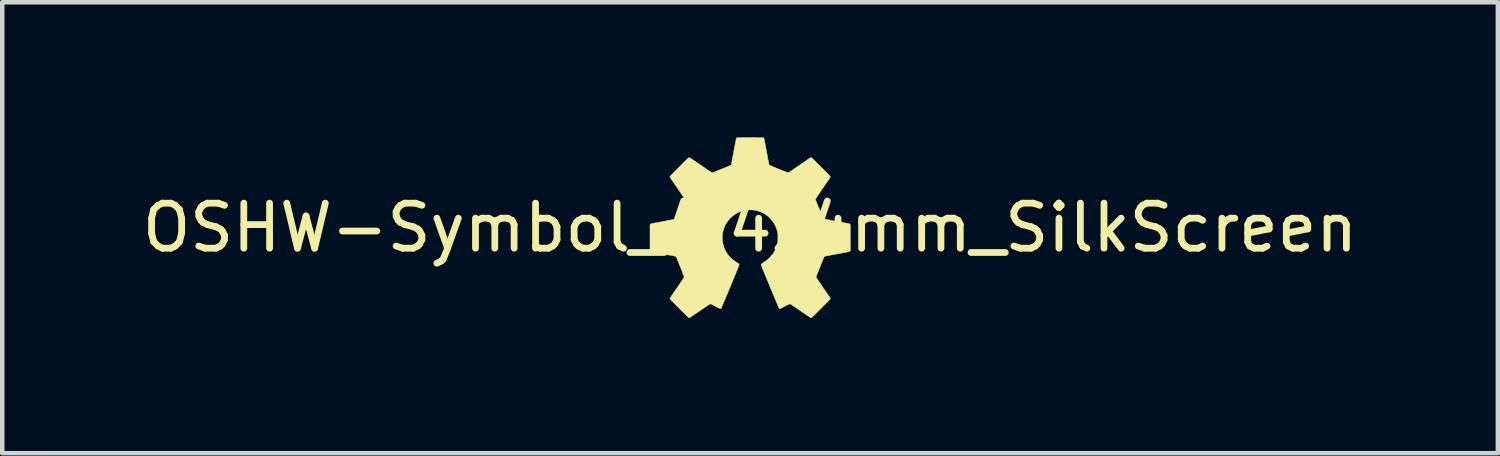
<source format=kicad_pcb>
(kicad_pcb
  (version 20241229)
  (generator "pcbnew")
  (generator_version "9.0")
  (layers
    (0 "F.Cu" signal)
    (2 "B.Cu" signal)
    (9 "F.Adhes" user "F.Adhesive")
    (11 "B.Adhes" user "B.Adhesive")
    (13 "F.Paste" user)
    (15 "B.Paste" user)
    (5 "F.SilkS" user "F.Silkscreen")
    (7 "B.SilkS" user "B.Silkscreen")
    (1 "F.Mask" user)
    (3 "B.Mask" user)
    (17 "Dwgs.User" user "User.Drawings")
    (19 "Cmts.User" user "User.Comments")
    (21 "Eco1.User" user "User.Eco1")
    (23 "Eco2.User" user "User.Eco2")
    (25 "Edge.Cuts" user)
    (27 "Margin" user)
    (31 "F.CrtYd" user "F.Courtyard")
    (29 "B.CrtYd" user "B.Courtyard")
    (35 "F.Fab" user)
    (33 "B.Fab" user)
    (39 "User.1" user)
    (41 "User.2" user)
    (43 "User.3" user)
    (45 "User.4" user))
  (footprint "OSHW-Symbol_4.4x4mm_SilkScreen"
    (layer "F.Cu")
    (at 13.601 2.005)
    (property "Reference" "OSHW-Symbol_4.4x4mm_SilkScreen" (at 0 0 0) (layer "F.SilkS") (effects (font (size 1 1) (thickness 0.15))))
    (attr exclude_from_pos_files exclude_from_bom)
    (fp_poly (pts (xy 0.051 -2) (xy 0.09 -2) (xy 0.128 -2) (xy 0.164 -1.999) (xy 0.197 -1.999) (xy 0.226 -1.999) (xy 0.252 -1.998) (xy 0.272 -1.998) (xy 0.287 -1.997) (xy 0.296 -1.997) (xy 0.298 -1.996) (xy 0.305 -1.99) (xy 0.308 -1.986) (xy 0.309 -1.982) (xy 0.312 -1.97) (xy 0.315 -1.953) (xy 0.32 -1.931) (xy 0.325 -1.903) (xy 0.331 -1.871) (xy 0.338 -1.835) (xy 0.346 -1.796) (xy 0.353 -1.755) (xy 0.362 -1.711) (xy 0.365 -1.695) (xy 0.373 -1.65) (xy 0.381 -1.608) (xy 0.388 -1.568) (xy 0.395 -1.531) (xy 0.402 -1.498) (xy 0.407 -1.468) (xy 0.412 -1.444) (xy 0.415 -1.425) (xy 0.418 -1.412) (xy 0.419 -1.405) (xy 0.419 -1.404) (xy 0.423 -1.398) (xy 0.429 -1.391) (xy 0.435 -1.388) (xy 0.446 -1.382) (xy 0.463 -1.375) (xy 0.484 -1.365) (xy 0.509 -1.354) (xy 0.537 -1.343) (xy 0.567 -1.33) (xy 0.599 -1.317) (xy 0.632 -1.303) (xy 0.665 -1.29) (xy 0.697 -1.277) (xy 0.728 -1.265) (xy 0.756 -1.254) (xy 0.782 -1.244) (xy 0.805 -1.235) (xy 0.822 -1.229) (xy 0.835 -1.224) (xy 0.842 -1.222) (xy 0.843 -1.222) (xy 0.854 -1.224) (xy 0.866 -1.229) (xy 0.878 -1.237) (xy 0.885 -1.242) (xy 0.897 -1.25) (xy 0.914 -1.262) (xy 0.935 -1.276) (xy 0.96 -1.293) (xy 0.986 -1.311) (xy 1.015 -1.331) (xy 1.038 -1.347) (xy 1.07 -1.369) (xy 1.104 -1.392) (xy 1.138 -1.415) (xy 1.171 -1.438) (xy 1.202 -1.459) (xy 1.23 -1.478) (xy 1.253 -1.494) (xy 1.261 -1.5) (xy 1.288 -1.518) (xy 1.31 -1.532) (xy 1.326 -1.543) (xy 1.339 -1.551) (xy 1.348 -1.555) (xy 1.354 -1.557) (xy 1.355 -1.557) (xy 1.358 -1.557) (xy 1.361 -1.555) (xy 1.366 -1.552) (xy 1.372 -1.547) (xy 1.38 -1.54) (xy 1.39 -1.531) (xy 1.403 -1.519) (xy 1.419 -1.504) (xy 1.438 -1.485) (xy 1.46 -1.463) (xy 1.487 -1.437) (xy 1.517 -1.406) (xy 1.553 -1.371) (xy 1.572 -1.351) (xy 1.615 -1.309) (xy 1.652 -1.271) (xy 1.684 -1.238) (xy 1.712 -1.21) (xy 1.735 -1.187) (xy 1.753 -1.168) (xy 1.766 -1.153) (xy 1.775 -1.143) (xy 1.78 -1.137) (xy 1.78 -1.136) (xy 1.781 -1.125) (xy 1.779 -1.118) (xy 1.776 -1.114) (xy 1.77 -1.105) (xy 1.76 -1.09) (xy 1.747 -1.071) (xy 1.731 -1.048) (xy 1.713 -1.021) (xy 1.692 -0.991) (xy 1.67 -0.958) (xy 1.646 -0.923) (xy 1.621 -0.886) (xy 1.615 -0.878) (xy 1.585 -0.834) (xy 1.558 -0.796) (xy 1.536 -0.762) (xy 1.516 -0.734) (xy 1.5 -0.71) (xy 1.487 -0.69) (xy 1.476 -0.673) (xy 1.468 -0.66) (xy 1.462 -0.65) (xy 1.458 -0.642) (xy 1.455 -0.636) (xy 1.453 -0.632) (xy 1.453 -0.63) (xy 1.453 -0.626) (xy 1.454 -0.621) (xy 1.456 -0.614) (xy 1.459 -0.605) (xy 1.463 -0.593) (xy 1.469 -0.577) (xy 1.477 -0.558) (xy 1.487 -0.535) (xy 1.499 -0.506) (xy 1.513 -0.472) (xy 1.53 -0.433) (xy 1.54 -0.41) (xy 1.56 -0.363) (xy 1.578 -0.323) (xy 1.593 -0.289) (xy 1.606 -0.26) (xy 1.616 -0.238) (xy 1.625 -0.221) (xy 1.631 -0.208) (xy 1.635 -0.201) (xy 1.637 -0.199) (xy 1.643 -0.197) (xy 1.653 -0.193) (xy 1.67 -0.189) (xy 1.692 -0.185) (xy 1.721 -0.179) (xy 1.757 -0.172) (xy 1.799 -0.164) (xy 1.813 -0.161) (xy 1.875 -0.15) (xy 1.929 -0.14) (xy 1.978 -0.131) (xy 2.02 -0.123) (xy 2.057 -0.116) (xy 2.089 -0.11) (xy 2.116 -0.105) (xy 2.139 -0.1) (xy 2.158 -0.096) (xy 2.173 -0.093) (xy 2.185 -0.091) (xy 2.195 -0.088) (xy 2.202 -0.087) (xy 2.207 -0.085) (xy 2.21 -0.084) (xy 2.213 -0.082) (xy 2.214 -0.081) (xy 2.215 -0.08) (xy 2.217 -0.078) (xy 2.217 -0.078) (xy 2.225 -0.069) (xy 2.225 0.512) (xy 2.215 0.522) (xy 2.213 0.524) (xy 2.21 0.526) (xy 2.206 0.528) (xy 2.2 0.53) (xy 2.193 0.532) (xy 2.182 0.534) (xy 2.169 0.537) (xy 2.151 0.541) (xy 2.13 0.545) (xy 2.104 0.55) (xy 2.073 0.556) (xy 2.036 0.563) (xy 1.993 0.571) (xy 1.944 0.58) (xy 1.942 0.58) (xy 1.899 0.588) (xy 1.857 0.596) (xy 1.818 0.603) (xy 1.783 0.61) (xy 1.75 0.616) (xy 1.722 0.622) (xy 1.699 0.626) (xy 1.681 0.63) (xy 1.669 0.632) (xy 1.664 0.634) (xy 1.653 0.639) (xy 1.645 0.645) (xy 1.643 0.647) (xy 1.641 0.652) (xy 1.636 0.663) (xy 1.63 0.679) (xy 1.621 0.701) (xy 1.61 0.726) (xy 1.598 0.756) (xy 1.585 0.789) (xy 1.571 0.824) (xy 1.556 0.861) (xy 1.552 0.872) (xy 1.534 0.915) (xy 1.519 0.953) (xy 1.507 0.984) (xy 1.496 1.011) (xy 1.488 1.033) (xy 1.481 1.05) (xy 1.476 1.064) (xy 1.473 1.075) (xy 1.47 1.083) (xy 1.469 1.089) (xy 1.468 1.094) (xy 1.468 1.098) (xy 1.469 1.101) (xy 1.469 1.102) (xy 1.472 1.108) (xy 1.479 1.118) (xy 1.489 1.134) (xy 1.502 1.154) (xy 1.518 1.178) (xy 1.536 1.205) (xy 1.557 1.236) (xy 1.579 1.269) (xy 1.602 1.303) (xy 1.625 1.336) (xy 1.649 1.371) (xy 1.673 1.406) (xy 1.695 1.438) (xy 1.715 1.467) (xy 1.733 1.493) (xy 1.748 1.516) (xy 1.761 1.535) (xy 1.771 1.549) (xy 1.777 1.558) (xy 1.779 1.562) (xy 1.781 1.57) (xy 1.78 1.578) (xy 1.778 1.583) (xy 1.771 1.591) (xy 1.76 1.603) (xy 1.744 1.62) (xy 1.723 1.641) (xy 1.698 1.667) (xy 1.668 1.698) (xy 1.633 1.733) (xy 1.593 1.773) (xy 1.572 1.795) (xy 1.534 1.832) (xy 1.502 1.864) (xy 1.474 1.893) (xy 1.45 1.916) (xy 1.429 1.937) (xy 1.412 1.953) (xy 1.398 1.967) (xy 1.387 1.977) (xy 1.378 1.985) (xy 1.371 1.991) (xy 1.366 1.995) (xy 1.362 1.998) (xy 1.358 1.999) (xy 1.356 1.999) (xy 1.353 1.999) (xy 1.353 1.999) (xy 1.348 1.997) (xy 1.339 1.993) (xy 1.325 1.984) (xy 1.307 1.973) (xy 1.284 1.958) (xy 1.256 1.939) (xy 1.223 1.916) (xy 1.184 1.89) (xy 1.174 1.883) (xy 1.141 1.86) (xy 1.108 1.838) (xy 1.075 1.815) (xy 1.045 1.794) (xy 1.017 1.775) (xy 0.992 1.758) (xy 0.971 1.744) (xy 0.955 1.733) (xy 0.951 1.73) (xy 0.93 1.715) (xy 0.913 1.705) (xy 0.901 1.698) (xy 0.892 1.693) (xy 0.885 1.692) (xy 0.883 1.691) (xy 0.877 1.693) (xy 0.866 1.697) (xy 0.851 1.704) (xy 0.831 1.713) (xy 0.805 1.727) (xy 0.774 1.743) (xy 0.769 1.746) (xy 0.744 1.759) (xy 0.721 1.771) (xy 0.7 1.782) (xy 0.683 1.79) (xy 0.67 1.797) (xy 0.663 1.8) (xy 0.661 1.8) (xy 0.653 1.798) (xy 0.649 1.796) (xy 0.647 1.792) (xy 0.642 1.782) (xy 0.635 1.766) (xy 0.626 1.745) (xy 0.615 1.719) (xy 0.602 1.689) (xy 0.587 1.654) (xy 0.572 1.617) (xy 0.554 1.576) (xy 0.536 1.532) (xy 0.517 1.487) (xy 0.497 1.439) (xy 0.477 1.391) (xy 0.456 1.341) (xy 0.436 1.292) (xy 0.415 1.242) (xy 0.395 1.194) (xy 0.375 1.146) (xy 0.356 1.1) (xy 0.338 1.056) (xy 0.32 1.014) (xy 0.304 0.975) (xy 0.29 0.939) (xy 0.277 0.908) (xy 0.266 0.881) (xy 0.257 0.858) (xy 0.25 0.84) (xy 0.245 0.829) (xy 0.243 0.823) (xy 0.243 0.823) (xy 0.246 0.814) (xy 0.253 0.805) (xy 0.265 0.795) (xy 0.284 0.782) (xy 0.284 0.782) (xy 0.347 0.739) (xy 0.404 0.694) (xy 0.453 0.647) (xy 0.496 0.597) (xy 0.532 0.544) (xy 0.563 0.488) (xy 0.587 0.43) (xy 0.59 0.421) (xy 0.598 0.394) (xy 0.605 0.37) (xy 0.61 0.348) (xy 0.614 0.327) (xy 0.616 0.305) (xy 0.618 0.28) (xy 0.618 0.251) (xy 0.618 0.223) (xy 0.618 0.194) (xy 0.618 0.172) (xy 0.618 0.154) (xy 0.617 0.139) (xy 0.615 0.126) (xy 0.613 0.114) (xy 0.611 0.102) (xy 0.61 0.1) (xy 0.592 0.033) (xy 0.568 -0.03) (xy 0.538 -0.088) (xy 0.501 -0.143) (xy 0.459 -0.195) (xy 0.448 -0.206) (xy 0.4 -0.252) (xy 0.347 -0.292) (xy 0.29 -0.326) (xy 0.23 -0.353) (xy 0.168 -0.374) (xy 0.103 -0.389) (xy 0.079 -0.392) (xy 0.053 -0.394) (xy 0.023 -0.395) (xy -0.01 -0.395) (xy -0.043 -0.394) (xy -0.075 -0.391) (xy -0.103 -0.388) (xy -0.122 -0.385) (xy -0.187 -0.367) (xy -0.249 -0.344) (xy -0.307 -0.314) (xy -0.362 -0.279) (xy -0.412 -0.238) (xy -0.458 -0.192) (xy -0.499 -0.142) (xy -0.535 -0.088) (xy -0.565 -0.03) (xy -0.588 0.032) (xy -0.589 0.034) (xy -0.606 0.097) (xy -0.615 0.162) (xy -0.618 0.227) (xy -0.615 0.292) (xy -0.604 0.357) (xy -0.588 0.417) (xy -0.565 0.476) (xy -0.537 0.531) (xy -0.503 0.583) (xy -0.463 0.633) (xy -0.417 0.679) (xy -0.364 0.724) (xy -0.305 0.766) (xy -0.282 0.78) (xy -0.266 0.791) (xy -0.255 0.799) (xy -0.248 0.806) (xy -0.244 0.812) (xy -0.243 0.814) (xy -0.243 0.816) (xy -0.243 0.819) (xy -0.243 0.822) (xy -0.244 0.827) (xy -0.246 0.834) (xy -0.249 0.842) (xy -0.253 0.853) (xy -0.258 0.866) (xy -0.264 0.882) (xy -0.272 0.901) (xy -0.281 0.924) (xy -0.292 0.951) (xy -0.305 0.982) (xy -0.319 1.018) (xy -0.336 1.059) (xy -0.355 1.105) (xy -0.376 1.156) (xy -0.4 1.214) (xy -0.426 1.277) (xy -0.439 1.309) (xy -0.463 1.365) (xy -0.485 1.42) (xy -0.507 1.472) (xy -0.528 1.522) (xy -0.548 1.569) (xy -0.566 1.613) (xy -0.583 1.652) (xy -0.598 1.688) (xy -0.611 1.719) (xy -0.623 1.746) (xy -0.632 1.767) (xy -0.639 1.783) (xy -0.643 1.792) (xy -0.645 1.796) (xy -0.653 1.8) (xy -0.658 1.8) (xy -0.662 1.799) (xy -0.672 1.794) (xy -0.687 1.787) (xy -0.706 1.777) (xy -0.728 1.766) (xy -0.752 1.753) (xy -0.765 1.746) (xy -0.797 1.729) (xy -0.823 1.716) (xy -0.843 1.705) (xy -0.858 1.698) (xy -0.87 1.694) (xy -0.877 1.692) (xy -0.879 1.691) (xy -0.882 1.692) (xy -0.887 1.694) (xy -0.893 1.697) (xy -0.902 1.702) (xy -0.914 1.709) (xy -0.929 1.719) (xy -0.947 1.731) (xy -0.969 1.746) (xy -0.996 1.764) (xy -1.027 1.785) (xy -1.063 1.81) (xy -1.105 1.838) (xy -1.116 1.846) (xy -1.16 1.876) (xy -1.199 1.902) (xy -1.232 1.925) (xy -1.261 1.944) (xy -1.285 1.96) (xy -1.304 1.973) (xy -1.32 1.983) (xy -1.332 1.991) (xy -1.342 1.996) (xy -1.348 1.999) (xy -1.351 2) (xy -1.352 2) (xy -1.354 1.999) (xy -1.358 1.998) (xy -1.362 1.995) (xy -1.368 1.99) (xy -1.376 1.983) (xy -1.386 1.974) (xy -1.399 1.962) (xy -1.415 1.947) (xy -1.433 1.929) (xy -1.456 1.907) (xy -1.482 1.881) (xy -1.513 1.85) (xy -1.548 1.815) (xy -1.569 1.794) (xy -1.601 1.762) (xy -1.632 1.731) (xy -1.661 1.702) (xy -1.687 1.675) (xy -1.711 1.65) (xy -1.732 1.629) (xy -1.749 1.611) (xy -1.763 1.596) (xy -1.772 1.586) (xy -1.777 1.58) (xy -1.777 1.58) (xy -1.777 1.57) (xy -1.776 1.563) (xy -1.773 1.558) (xy -1.766 1.548) (xy -1.757 1.534) (xy -1.744 1.514) (xy -1.728 1.491) (xy -1.71 1.464) (xy -1.689 1.434) (xy -1.667 1.402) (xy -1.643 1.367) (xy -1.62 1.333) (xy -1.595 1.297) (xy -1.571 1.262) (xy -1.549 1.229) (xy -1.528 1.198) (xy -1.51 1.171) (xy -1.495 1.148) (xy -1.482 1.128) (xy -1.473 1.114) (xy -1.467 1.104) (xy -1.465 1.1) (xy -1.465 1.097) (xy -1.465 1.093) (xy -1.465 1.088) (xy -1.467 1.081) (xy -1.47 1.072) (xy -1.474 1.061) (xy -1.479 1.045) (xy -1.487 1.026) (xy -1.496 1.003) (xy -1.507 0.975) (xy -1.52 0.941) (xy -1.536 0.902) (xy -1.546 0.877) (xy -1.564 0.831) (xy -1.58 0.792) (xy -1.593 0.759) (xy -1.604 0.732) (xy -1.614 0.708) (xy -1.621 0.69) (xy -1.627 0.675) (xy -1.632 0.663) (xy -1.636 0.655) (xy -1.639 0.649) (xy -1.642 0.645) (xy -1.644 0.642) (xy -1.646 0.64) (xy -1.648 0.639) (xy -1.65 0.637) (xy -1.655 0.636) (xy -1.666 0.633) (xy -1.684 0.629) (xy -1.707 0.624) (xy -1.736 0.618) (xy -1.769 0.612) (xy -1.807 0.605) (xy -1.848 0.597) (xy -1.893 0.588) (xy -1.932 0.581) (xy -1.982 0.572) (xy -2.026 0.563) (xy -2.064 0.556) (xy -2.096 0.55) (xy -2.124 0.545) (xy -2.146 0.541) (xy -2.164 0.537) (xy -2.178 0.534) (xy -2.189 0.531) (xy -2.198 0.529) (xy -2.204 0.527) (xy -2.208 0.525) (xy -2.211 0.523) (xy -2.213 0.521) (xy -2.213 0.521) (xy -2.221 0.511) (xy -2.221 -0.069) (xy -2.213 -0.078) (xy -2.211 -0.08) (xy -2.209 -0.082) (xy -2.206 -0.083) (xy -2.201 -0.085) (xy -2.194 -0.087) (xy -2.184 -0.09) (xy -2.172 -0.093) (xy -2.156 -0.096) (xy -2.136 -0.1) (xy -2.111 -0.105) (xy -2.082 -0.11) (xy -2.048 -0.117) (xy -2.007 -0.124) (xy -1.96 -0.133) (xy -1.925 -0.14) (xy -1.869 -0.15) (xy -1.819 -0.16) (xy -1.774 -0.168) (xy -1.736 -0.176) (xy -1.703 -0.182) (xy -1.676 -0.188) (xy -1.656 -0.192) (xy -1.643 -0.195) (xy -1.636 -0.197) (xy -1.636 -0.198) (xy -1.634 -0.199) (xy -1.632 -0.2) (xy -1.63 -0.202) (xy -1.628 -0.204) (xy -1.626 -0.208) (xy -1.623 -0.213) (xy -1.619 -0.221) (xy -1.614 -0.232) (xy -1.608 -0.245) (xy -1.6 -0.263) (xy -1.591 -0.285) (xy -1.579 -0.312) (xy -1.566 -0.343) (xy -1.55 -0.381) (xy -1.532 -0.423) (xy -1.514 -0.465) (xy -1.498 -0.501) (xy -1.485 -0.532) (xy -1.475 -0.557) (xy -1.466 -0.577) (xy -1.46 -0.594) (xy -1.455 -0.607) (xy -1.452 -0.617) (xy -1.45 -0.624) (xy -1.449 -0.629) (xy -1.449 -0.632) (xy -1.451 -0.636) (xy -1.454 -0.643) (xy -1.461 -0.654) (xy -1.47 -0.668) (xy -1.481 -0.687) (xy -1.496 -0.709) (xy -1.515 -0.736) (xy -1.536 -0.768) (xy -1.562 -0.806) (xy -1.591 -0.848) (xy -1.611 -0.878) (xy -1.637 -0.915) (xy -1.661 -0.95) (xy -1.684 -0.984) (xy -1.705 -1.014) (xy -1.723 -1.042) (xy -1.74 -1.066) (xy -1.754 -1.086) (xy -1.764 -1.102) (xy -1.771 -1.113) (xy -1.775 -1.118) (xy -1.775 -1.118) (xy -1.777 -1.127) (xy -1.777 -1.136) (xy -1.774 -1.14) (xy -1.767 -1.148) (xy -1.756 -1.161) (xy -1.74 -1.177) (xy -1.72 -1.199) (xy -1.695 -1.224) (xy -1.665 -1.255) (xy -1.63 -1.29) (xy -1.59 -1.33) (xy -1.569 -1.351) (xy -1.531 -1.389) (xy -1.498 -1.422) (xy -1.469 -1.45) (xy -1.445 -1.474) (xy -1.424 -1.495) (xy -1.407 -1.512) (xy -1.393 -1.525) (xy -1.381 -1.536) (xy -1.372 -1.544) (xy -1.365 -1.55) (xy -1.36 -1.554) (xy -1.356 -1.556) (xy -1.353 -1.557) (xy -1.352 -1.557) (xy -1.348 -1.556) (xy -1.343 -1.554) (xy -1.334 -1.549) (xy -1.323 -1.542) (xy -1.308 -1.533) (xy -1.289 -1.52) (xy -1.267 -1.505) (xy -1.239 -1.487) (xy -1.208 -1.466) (xy -1.171 -1.44) (xy -1.128 -1.411) (xy -1.1 -1.392) (xy -1.062 -1.366) (xy -1.026 -1.341) (xy -0.992 -1.318) (xy -0.96 -1.296) (xy -0.931 -1.277) (xy -0.906 -1.26) (xy -0.885 -1.246) (xy -0.868 -1.235) (xy -0.856 -1.227) (xy -0.85 -1.223) (xy -0.848 -1.222) (xy -0.846 -1.221) (xy -0.844 -1.221) (xy -0.841 -1.221) (xy -0.837 -1.221) (xy -0.832 -1.222) (xy -0.825 -1.224) (xy -0.815 -1.228) (xy -0.803 -1.232) (xy -0.787 -1.239) (xy -0.767 -1.247) (xy -0.742 -1.256) (xy -0.713 -1.269) (xy -0.678 -1.283) (xy -0.637 -1.3) (xy -0.621 -1.306) (xy -0.586 -1.32) (xy -0.553 -1.334) (xy -0.522 -1.347) (xy -0.495 -1.359) (xy -0.471 -1.369) (xy -0.451 -1.378) (xy -0.437 -1.385) (xy -0.428 -1.389) (xy -0.426 -1.391) (xy -0.419 -1.398) (xy -0.416 -1.404) (xy -0.415 -1.409) (xy -0.413 -1.42) (xy -0.409 -1.437) (xy -0.405 -1.459) (xy -0.4 -1.487) (xy -0.394 -1.519) (xy -0.387 -1.554) (xy -0.38 -1.593) (xy -0.372 -1.635) (xy -0.364 -1.679) (xy -0.361 -1.695) (xy -0.353 -1.739) (xy -0.345 -1.782) (xy -0.337 -1.822) (xy -0.33 -1.859) (xy -0.324 -1.892) (xy -0.318 -1.921) (xy -0.313 -1.946) (xy -0.309 -1.965) (xy -0.306 -1.978) (xy -0.305 -1.985) (xy -0.305 -1.986) (xy -0.298 -1.993) (xy -0.294 -1.996) (xy -0.289 -1.997) (xy -0.278 -1.997) (xy -0.261 -1.998) (xy -0.238 -1.999) (xy -0.211 -1.999) (xy -0.18 -1.999) (xy -0.145 -2) (xy -0.109 -2) (xy -0.07 -2) (xy -0.03 -2) (xy 0.01 -2) (xy 0.051 -2)) (stroke (width 0.01) (type solid)) (fill yes) (layer "F.SilkS")))
  (gr_rect
    (start -3 -3)
    (end 30.202 7.01)
    (stroke (width 0.1) (type default))
    (fill no)
    (layer "Edge.Cuts")))
</source>
